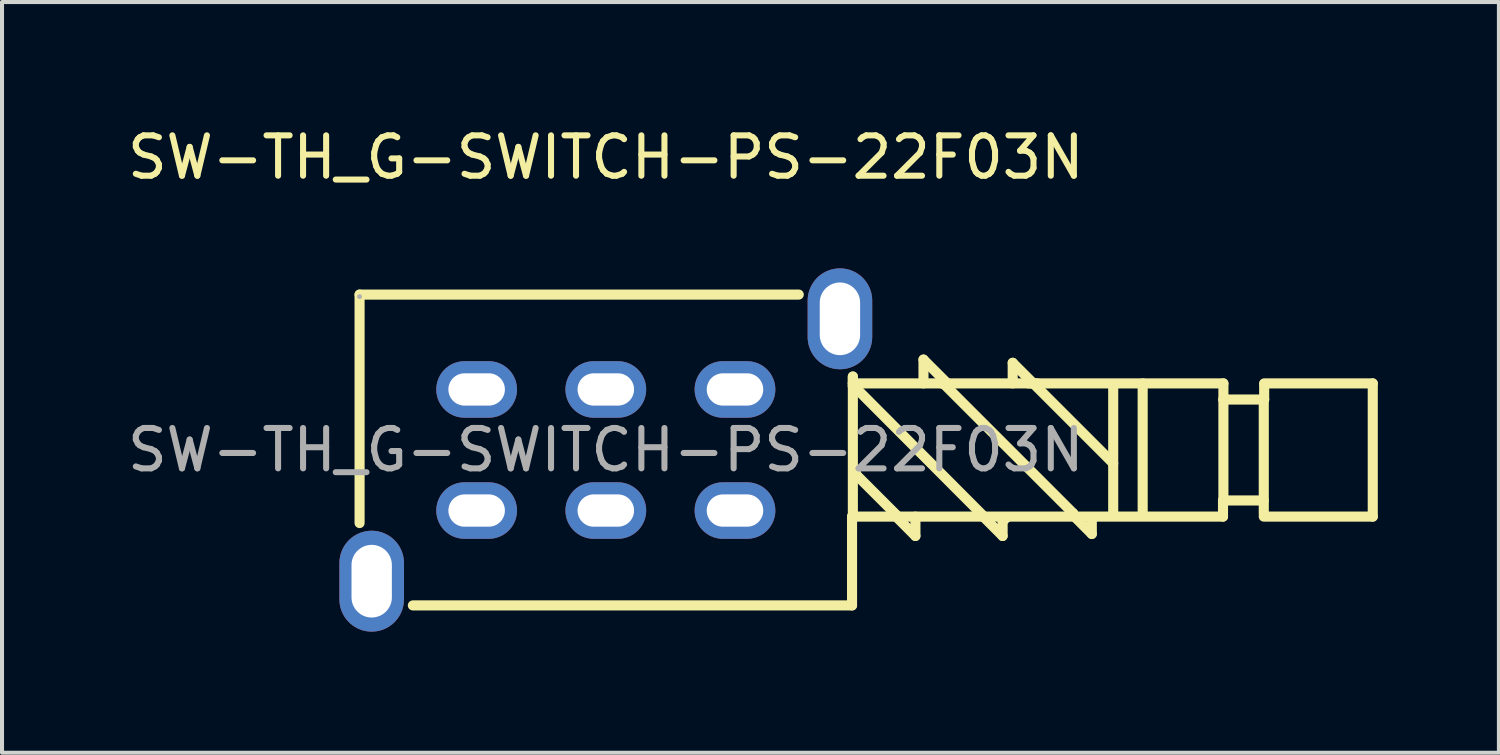
<source format=kicad_pcb>
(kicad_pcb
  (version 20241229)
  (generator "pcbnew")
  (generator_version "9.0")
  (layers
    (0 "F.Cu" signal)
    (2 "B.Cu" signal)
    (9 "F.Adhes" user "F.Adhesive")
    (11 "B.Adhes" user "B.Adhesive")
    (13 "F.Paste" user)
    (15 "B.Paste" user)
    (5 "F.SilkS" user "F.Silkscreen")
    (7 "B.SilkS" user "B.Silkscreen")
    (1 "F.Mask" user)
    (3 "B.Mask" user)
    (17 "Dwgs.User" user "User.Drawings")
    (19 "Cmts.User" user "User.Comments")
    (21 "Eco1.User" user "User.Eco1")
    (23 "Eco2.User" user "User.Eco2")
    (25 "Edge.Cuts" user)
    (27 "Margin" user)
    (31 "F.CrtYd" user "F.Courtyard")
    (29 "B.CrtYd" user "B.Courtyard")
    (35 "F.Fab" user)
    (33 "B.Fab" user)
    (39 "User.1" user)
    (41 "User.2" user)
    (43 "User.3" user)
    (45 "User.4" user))
  (footprint "SW-TH_G-SWITCH-PS-22F03N"
    (layer "F.Cu")
    (at 11.958 8.098)
    (property "Reference" "SW-TH_G-SWITCH-PS-22F03N" (at 0 -7.25 0) (layer "F.SilkS") (effects (font (size 1 1) (thickness 0.15))))
    (attr through_hole)
    (fp_line (start -6.1 -3.85) (end 4.78 -3.85) (stroke (width 0.25) (type solid)) (layer "F.SilkS"))
    (fp_line (start -6.1 1.81) (end -6.1 -3.85) (stroke (width 0.25) (type solid)) (layer "F.SilkS"))
    (fp_line (start 6.1 1.65) (end 6.1 3.85) (stroke (width 0.25) (type solid)) (layer "F.SilkS"))
    (fp_line (start 6.1 3.85) (end -4.78 3.85) (stroke (width 0.25) (type solid)) (layer "F.SilkS"))
    (fp_line (start 6.12 -1.82) (end 6.12 -1.65) (stroke (width 0.25) (type solid)) (layer "F.SilkS"))
    (fp_line (start 6.12 -1.65) (end 6.12 -1.58) (stroke (width 0.25) (type solid)) (layer "F.SilkS"))
    (fp_line (start 6.12 -1.58) (end 6.15 -1.58) (stroke (width 0.25) (type solid)) (layer "F.SilkS"))
    (fp_line (start 6.12 1.65) (end 6.1 1.65) (stroke (width 0.25) (type solid)) (layer "F.SilkS"))
    (fp_line (start 6.12 1.65) (end 6.12 -1.82) (stroke (width 0.25) (type solid)) (layer "F.SilkS"))
    (fp_line (start 6.12 1.65) (end 6.12 1.65) (stroke (width 0.25) (type solid)) (layer "F.SilkS"))
    (fp_line (start 6.15 -1.58) (end 9.37 1.65) (stroke (width 0.25) (type solid)) (layer "F.SilkS"))
    (fp_line (start 6.17 0.56) (end 6.17 0.58) (stroke (width 0.25) (type solid)) (layer "F.SilkS"))
    (fp_line (start 6.2 0.58) (end 6.2 0.61) (stroke (width 0.25) (type solid)) (layer "F.SilkS"))
    (fp_line (start 6.2 0.61) (end 7.21 1.62) (stroke (width 0.25) (type solid)) (layer "F.SilkS"))
    (fp_line (start 7.67 1.65) (end 7.67 2.13) (stroke (width 0.25) (type solid)) (layer "F.SilkS"))
    (fp_line (start 7.67 2.13) (end 7.19 1.65) (stroke (width 0.25) (type solid)) (layer "F.SilkS"))
    (fp_line (start 7.87 -2.24) (end 7.87 -1.65) (stroke (width 0.25) (type solid)) (layer "F.SilkS"))
    (fp_line (start 8.36 -1.65) (end 8.31 -1.65) (stroke (width 0.25) (type solid)) (layer "F.SilkS"))
    (fp_line (start 8.48 -1.63) (end 7.87 -2.24) (stroke (width 0.25) (type solid)) (layer "F.SilkS"))
    (fp_line (start 9.32 1.62) (end 9.27 1.62) (stroke (width 0.25) (type solid)) (layer "F.SilkS"))
    (fp_line (start 9.83 1.77) (end 9.83 2.13) (stroke (width 0.25) (type solid)) (layer "F.SilkS"))
    (fp_line (start 9.83 2.13) (end 9.32 1.62) (stroke (width 0.25) (type solid)) (layer "F.SilkS"))
    (fp_line (start 9.93 1.67) (end 9.83 1.77) (stroke (width 0.25) (type solid)) (layer "F.SilkS"))
    (fp_line (start 10.08 -2.16) (end 10.08 -1.65) (stroke (width 0.25) (type solid)) (layer "F.SilkS"))
    (fp_line (start 10.59 -1.65) (end 10.08 -2.16) (stroke (width 0.25) (type solid)) (layer "F.SilkS"))
    (fp_line (start 10.59 -1.65) (end 10.47 -1.65) (stroke (width 0.25) (type solid)) (layer "F.SilkS"))
    (fp_line (start 10.69 -1.65) (end 10.59 -1.65) (stroke (width 0.25) (type solid)) (layer "F.SilkS"))
    (fp_line (start 11.58 1.57) (end 8.36 -1.65) (stroke (width 0.25) (type solid)) (layer "F.SilkS"))
    (fp_line (start 11.58 1.62) (end 11.58 1.57) (stroke (width 0.25) (type solid)) (layer "F.SilkS"))
    (fp_line (start 12.04 1.7) (end 12.04 2.08) (stroke (width 0.25) (type solid)) (layer "F.SilkS"))
    (fp_line (start 12.04 2.08) (end 11.58 1.62) (stroke (width 0.25) (type solid)) (layer "F.SilkS"))
    (fp_line (start 12.57 -1.55) (end 12.57 1.57) (stroke (width 0.25) (type solid)) (layer "F.SilkS"))
    (fp_line (start 12.57 0.33) (end 10.59 -1.65) (stroke (width 0.25) (type solid)) (layer "F.SilkS"))
    (fp_line (start 13.3 -1.65) (end 13.3 1.6) (stroke (width 0.25) (type solid)) (layer "F.SilkS"))
    (fp_line (start 15.29 1.25) (end 15.29 1.65) (stroke (width 0.25) (type solid)) (layer "F.SilkS"))
    (fp_line (start 15.29 1.65) (end 6.12 1.65) (stroke (width 0.25) (type solid)) (layer "F.SilkS"))
    (fp_line (start 15.3 -1.65) (end 6.12 -1.65) (stroke (width 0.25) (type solid)) (layer "F.SilkS"))
    (fp_line (start 15.3 -1.25) (end 15.3 -1.65) (stroke (width 0.25) (type solid)) (layer "F.SilkS"))
    (fp_line (start 15.3 -1.25) (end 15.3 1.25) (stroke (width 0.25) (type solid)) (layer "F.SilkS"))
    (fp_line (start 16.28 1.25) (end 15.29 1.25) (stroke (width 0.25) (type solid)) (layer "F.SilkS"))
    (fp_line (start 16.3 -1.25) (end 16.3 1.25) (stroke (width 0.25) (type solid)) (layer "F.SilkS"))
    (fp_line (start 16.3 1.25) (end 16.3 1.59) (stroke (width 0.25) (type solid)) (layer "F.SilkS"))
    (fp_line (start 16.31 -1.65) (end 19 -1.65) (stroke (width 0.25) (type solid)) (layer "F.SilkS"))
    (fp_line (start 16.31 -1.63) (end 16.31 -1.25) (stroke (width 0.25) (type solid)) (layer "F.SilkS"))
    (fp_line (start 16.31 -1.25) (end 15.3 -1.25) (stroke (width 0.25) (type solid)) (layer "F.SilkS"))
    (fp_line (start 19 -1.65) (end 19 1.65) (stroke (width 0.25) (type solid)) (layer "F.SilkS"))
    (fp_line (start 19 1.65) (end 16.3 1.65) (stroke (width 0.25) (type solid)) (layer "F.SilkS"))
    (fp_circle (center -6.1 -3.8) (end -6.07 -3.8) (stroke (width 0.06) (type solid)) (fill no) (layer "F.Fab"))
    (fp_text user "${REFERENCE}" (at 0 0 0) (layer "F.Fab") (effects (font (size 1 1) (thickness 0.15))))
    (pad "1" thru_hole oval (at -3.2 -1.5) (size 2 1.4) (drill oval 1.4 0.8) (layers "*.Cu" "*.Mask"))
    (pad "2" thru_hole oval (at 0 -1.5) (size 2 1.4) (drill oval 1.4 0.8) (layers "*.Cu" "*.Mask"))
    (pad "3" thru_hole oval (at 3.2 -1.5) (size 2 1.4) (drill oval 1.4 0.8) (layers "*.Cu" "*.Mask"))
    (pad "4" thru_hole oval (at -3.2 1.5) (size 2 1.4) (drill oval 1.4 0.8) (layers "*.Cu" "*.Mask"))
    (pad "5" thru_hole oval (at 0 1.5) (size 2 1.4) (drill oval 1.4 0.8) (layers "*.Cu" "*.Mask"))
    (pad "6" thru_hole oval (at 3.2 1.5) (size 2 1.4) (drill oval 1.4 0.8) (layers "*.Cu" "*.Mask"))
    (pad "7" thru_hole oval (at -5.8 3.25) (size 1.6 2.5) (drill oval 1 1.8) (layers "*.Cu" "*.Mask"))
    (pad "8" thru_hole oval (at 5.8 -3.25) (size 1.6 2.5) (drill oval 1 1.8) (layers "*.Cu" "*.Mask")))
  (gr_rect
    (start -3 -3)
    (end 34.083 15.598)
    (stroke (width 0.1) (type default))
    (fill no)
    (layer "Edge.Cuts")))
</source>
